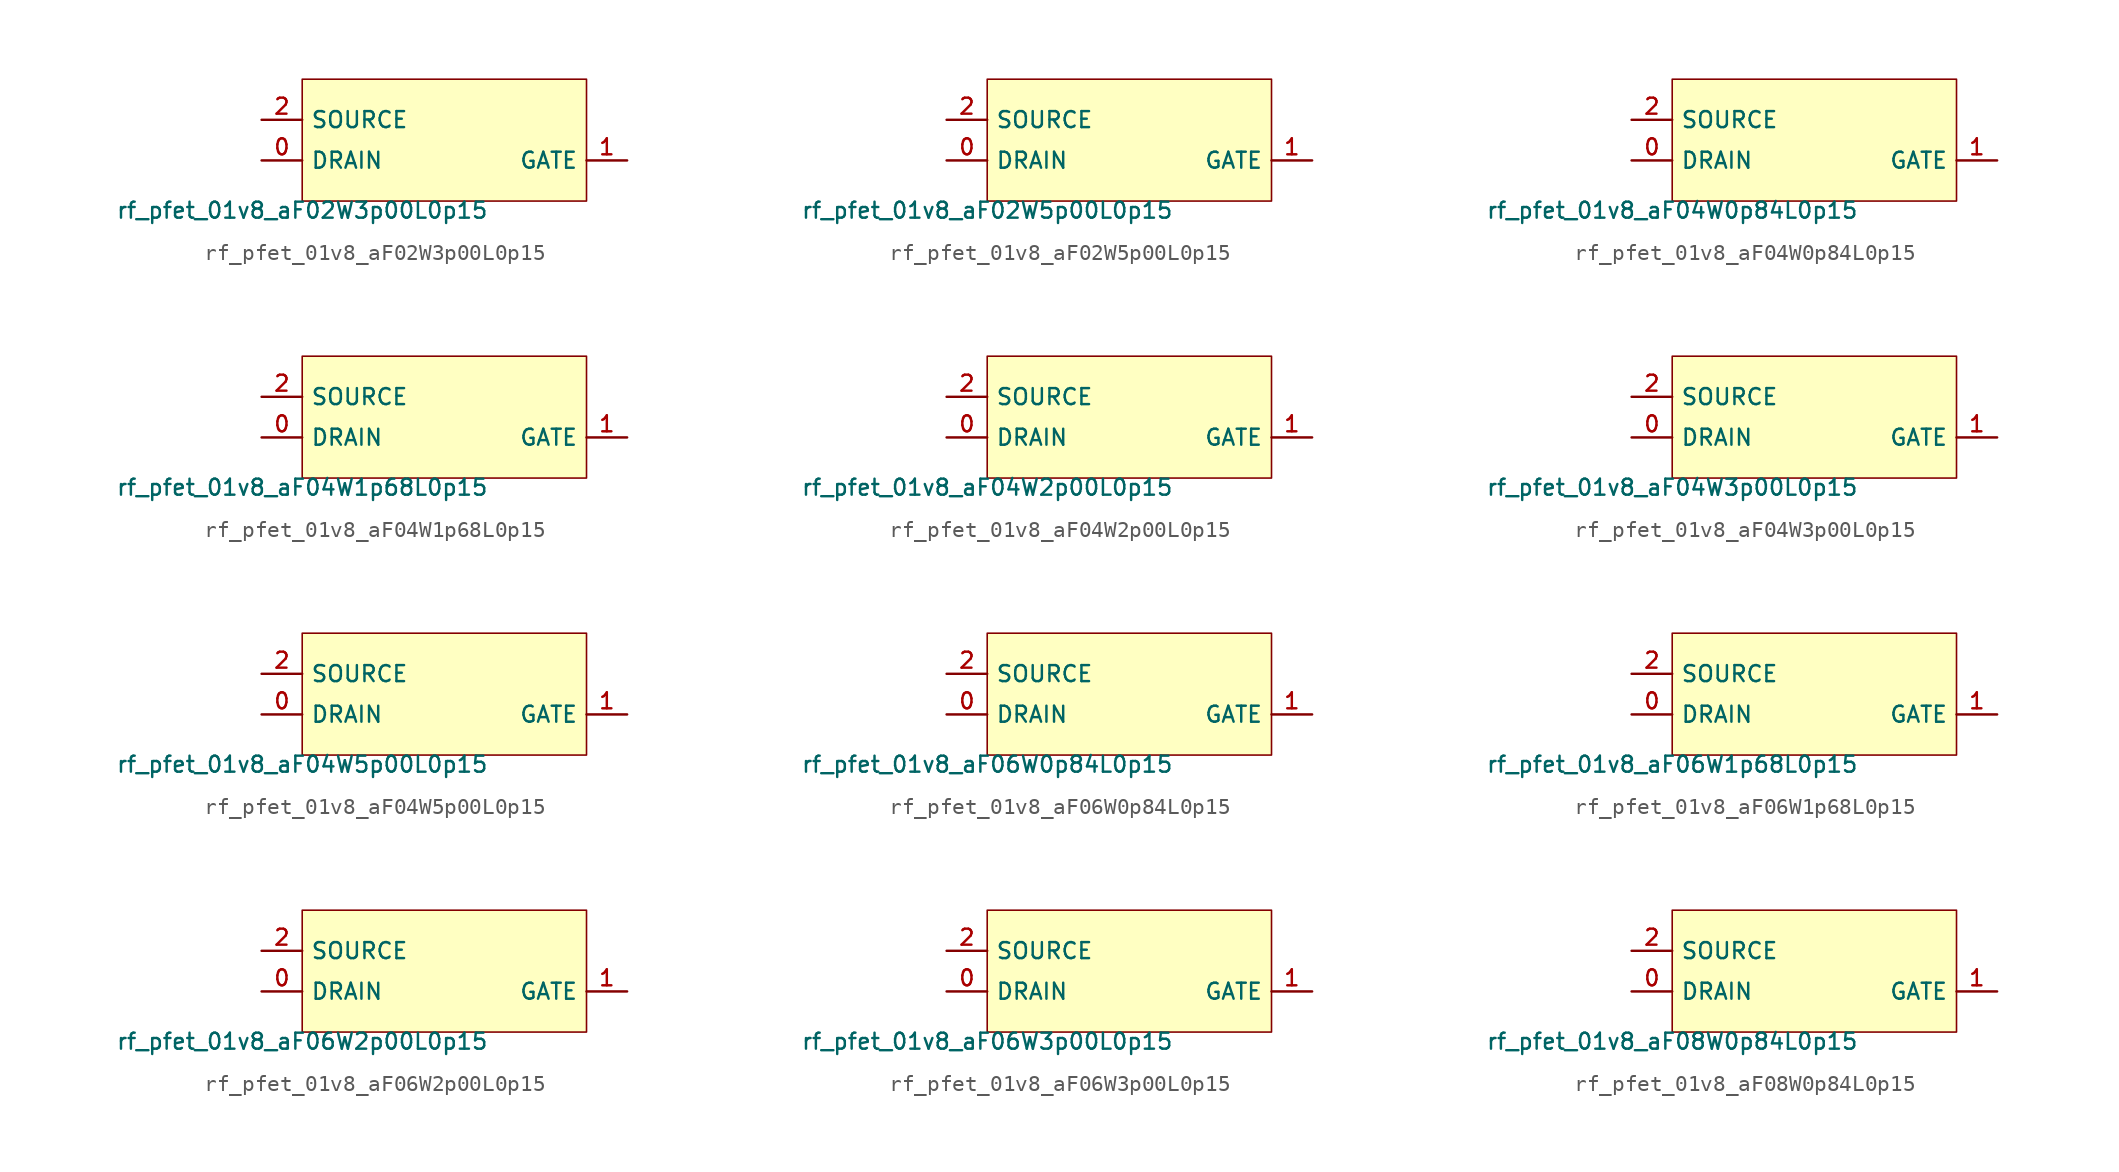
<source format=kicad_sym>
(kicad_symbol_lib
  (version 20211014)
  (generator pdk2kicad)
  (symbol "rf_pfet_01v8_aF02W3p00L0p15"
    (property "Reference" "X"
      (at 0 0 0)
      (effects (font (size 1 1)) hide))
    (property "Value" "rf_pfet_01v8_aF02W3p00L0p15"
      (at -8.89 -3.81 0)
      (effects (font (size 1 1)) (justify top)))
    (rectangle
      (start -8.89 -3.81)
      (end 8.89 3.81)
      (stroke (width 0.1) (type solid) (color 0 0 0 0))
      (fill (type background)))
    (pin bidirectional line
      (at -11.43 -1.27 0)
      (length 2.54)
      (name "DRAIN" (effects (font (size 1 1)) hide))
      (number "0" (effects (font (size 1 1)) hide)))
    (pin bidirectional line
      (at 11.43 -1.27 180)
      (length 2.54)
      (name "GATE" (effects (font (size 1 1)) hide))
      (number "1" (effects (font (size 1 1)) hide)))
    (pin bidirectional line
      (at -11.43 1.27 0)
      (length 2.54)
      (name "SOURCE" (effects (font (size 1 1)) hide))
      (number "2" (effects (font (size 1 1)) hide))))
  (symbol "rf_pfet_01v8_aF02W5p00L0p15"
    (property "Reference" "X"
      (at 0 0 0)
      (effects (font (size 1 1)) hide))
    (property "Value" "rf_pfet_01v8_aF02W5p00L0p15"
      (at -8.89 -3.81 0)
      (effects (font (size 1 1)) (justify top)))
    (rectangle
      (start -8.89 -3.81)
      (end 8.89 3.81)
      (stroke (width 0.1) (type solid) (color 0 0 0 0))
      (fill (type background)))
    (pin bidirectional line
      (at -11.43 -1.27 0)
      (length 2.54)
      (name "DRAIN" (effects (font (size 1 1)) hide))
      (number "0" (effects (font (size 1 1)) hide)))
    (pin bidirectional line
      (at 11.43 -1.27 180)
      (length 2.54)
      (name "GATE" (effects (font (size 1 1)) hide))
      (number "1" (effects (font (size 1 1)) hide)))
    (pin bidirectional line
      (at -11.43 1.27 0)
      (length 2.54)
      (name "SOURCE" (effects (font (size 1 1)) hide))
      (number "2" (effects (font (size 1 1)) hide))))
  (symbol "rf_pfet_01v8_aF04W0p84L0p15"
    (property "Reference" "X"
      (at 0 0 0)
      (effects (font (size 1 1)) hide))
    (property "Value" "rf_pfet_01v8_aF04W0p84L0p15"
      (at -8.89 -3.81 0)
      (effects (font (size 1 1)) (justify top)))
    (rectangle
      (start -8.89 -3.81)
      (end 8.89 3.81)
      (stroke (width 0.1) (type solid) (color 0 0 0 0))
      (fill (type background)))
    (pin bidirectional line
      (at -11.43 -1.27 0)
      (length 2.54)
      (name "DRAIN" (effects (font (size 1 1)) hide))
      (number "0" (effects (font (size 1 1)) hide)))
    (pin bidirectional line
      (at 11.43 -1.27 180)
      (length 2.54)
      (name "GATE" (effects (font (size 1 1)) hide))
      (number "1" (effects (font (size 1 1)) hide)))
    (pin bidirectional line
      (at -11.43 1.27 0)
      (length 2.54)
      (name "SOURCE" (effects (font (size 1 1)) hide))
      (number "2" (effects (font (size 1 1)) hide))))
  (symbol "rf_pfet_01v8_aF04W1p68L0p15"
    (property "Reference" "X"
      (at 0 0 0)
      (effects (font (size 1 1)) hide))
    (property "Value" "rf_pfet_01v8_aF04W1p68L0p15"
      (at -8.89 -3.81 0)
      (effects (font (size 1 1)) (justify top)))
    (rectangle
      (start -8.89 -3.81)
      (end 8.89 3.81)
      (stroke (width 0.1) (type solid) (color 0 0 0 0))
      (fill (type background)))
    (pin bidirectional line
      (at -11.43 -1.27 0)
      (length 2.54)
      (name "DRAIN" (effects (font (size 1 1)) hide))
      (number "0" (effects (font (size 1 1)) hide)))
    (pin bidirectional line
      (at 11.43 -1.27 180)
      (length 2.54)
      (name "GATE" (effects (font (size 1 1)) hide))
      (number "1" (effects (font (size 1 1)) hide)))
    (pin bidirectional line
      (at -11.43 1.27 0)
      (length 2.54)
      (name "SOURCE" (effects (font (size 1 1)) hide))
      (number "2" (effects (font (size 1 1)) hide))))
  (symbol "rf_pfet_01v8_aF04W2p00L0p15"
    (property "Reference" "X"
      (at 0 0 0)
      (effects (font (size 1 1)) hide))
    (property "Value" "rf_pfet_01v8_aF04W2p00L0p15"
      (at -8.89 -3.81 0)
      (effects (font (size 1 1)) (justify top)))
    (rectangle
      (start -8.89 -3.81)
      (end 8.89 3.81)
      (stroke (width 0.1) (type solid) (color 0 0 0 0))
      (fill (type background)))
    (pin bidirectional line
      (at -11.43 -1.27 0)
      (length 2.54)
      (name "DRAIN" (effects (font (size 1 1)) hide))
      (number "0" (effects (font (size 1 1)) hide)))
    (pin bidirectional line
      (at 11.43 -1.27 180)
      (length 2.54)
      (name "GATE" (effects (font (size 1 1)) hide))
      (number "1" (effects (font (size 1 1)) hide)))
    (pin bidirectional line
      (at -11.43 1.27 0)
      (length 2.54)
      (name "SOURCE" (effects (font (size 1 1)) hide))
      (number "2" (effects (font (size 1 1)) hide))))
  (symbol "rf_pfet_01v8_aF04W3p00L0p15"
    (property "Reference" "X"
      (at 0 0 0)
      (effects (font (size 1 1)) hide))
    (property "Value" "rf_pfet_01v8_aF04W3p00L0p15"
      (at -8.89 -3.81 0)
      (effects (font (size 1 1)) (justify top)))
    (rectangle
      (start -8.89 -3.81)
      (end 8.89 3.81)
      (stroke (width 0.1) (type solid) (color 0 0 0 0))
      (fill (type background)))
    (pin bidirectional line
      (at -11.43 -1.27 0)
      (length 2.54)
      (name "DRAIN" (effects (font (size 1 1)) hide))
      (number "0" (effects (font (size 1 1)) hide)))
    (pin bidirectional line
      (at 11.43 -1.27 180)
      (length 2.54)
      (name "GATE" (effects (font (size 1 1)) hide))
      (number "1" (effects (font (size 1 1)) hide)))
    (pin bidirectional line
      (at -11.43 1.27 0)
      (length 2.54)
      (name "SOURCE" (effects (font (size 1 1)) hide))
      (number "2" (effects (font (size 1 1)) hide))))
  (symbol "rf_pfet_01v8_aF04W5p00L0p15"
    (property "Reference" "X"
      (at 0 0 0)
      (effects (font (size 1 1)) hide))
    (property "Value" "rf_pfet_01v8_aF04W5p00L0p15"
      (at -8.89 -3.81 0)
      (effects (font (size 1 1)) (justify top)))
    (rectangle
      (start -8.89 -3.81)
      (end 8.89 3.81)
      (stroke (width 0.1) (type solid) (color 0 0 0 0))
      (fill (type background)))
    (pin bidirectional line
      (at -11.43 -1.27 0)
      (length 2.54)
      (name "DRAIN" (effects (font (size 1 1)) hide))
      (number "0" (effects (font (size 1 1)) hide)))
    (pin bidirectional line
      (at 11.43 -1.27 180)
      (length 2.54)
      (name "GATE" (effects (font (size 1 1)) hide))
      (number "1" (effects (font (size 1 1)) hide)))
    (pin bidirectional line
      (at -11.43 1.27 0)
      (length 2.54)
      (name "SOURCE" (effects (font (size 1 1)) hide))
      (number "2" (effects (font (size 1 1)) hide))))
  (symbol "rf_pfet_01v8_aF06W0p84L0p15"
    (property "Reference" "X"
      (at 0 0 0)
      (effects (font (size 1 1)) hide))
    (property "Value" "rf_pfet_01v8_aF06W0p84L0p15"
      (at -8.89 -3.81 0)
      (effects (font (size 1 1)) (justify top)))
    (rectangle
      (start -8.89 -3.81)
      (end 8.89 3.81)
      (stroke (width 0.1) (type solid) (color 0 0 0 0))
      (fill (type background)))
    (pin bidirectional line
      (at -11.43 -1.27 0)
      (length 2.54)
      (name "DRAIN" (effects (font (size 1 1)) hide))
      (number "0" (effects (font (size 1 1)) hide)))
    (pin bidirectional line
      (at 11.43 -1.27 180)
      (length 2.54)
      (name "GATE" (effects (font (size 1 1)) hide))
      (number "1" (effects (font (size 1 1)) hide)))
    (pin bidirectional line
      (at -11.43 1.27 0)
      (length 2.54)
      (name "SOURCE" (effects (font (size 1 1)) hide))
      (number "2" (effects (font (size 1 1)) hide))))
  (symbol "rf_pfet_01v8_aF06W1p68L0p15"
    (property "Reference" "X"
      (at 0 0 0)
      (effects (font (size 1 1)) hide))
    (property "Value" "rf_pfet_01v8_aF06W1p68L0p15"
      (at -8.89 -3.81 0)
      (effects (font (size 1 1)) (justify top)))
    (rectangle
      (start -8.89 -3.81)
      (end 8.89 3.81)
      (stroke (width 0.1) (type solid) (color 0 0 0 0))
      (fill (type background)))
    (pin bidirectional line
      (at -11.43 -1.27 0)
      (length 2.54)
      (name "DRAIN" (effects (font (size 1 1)) hide))
      (number "0" (effects (font (size 1 1)) hide)))
    (pin bidirectional line
      (at 11.43 -1.27 180)
      (length 2.54)
      (name "GATE" (effects (font (size 1 1)) hide))
      (number "1" (effects (font (size 1 1)) hide)))
    (pin bidirectional line
      (at -11.43 1.27 0)
      (length 2.54)
      (name "SOURCE" (effects (font (size 1 1)) hide))
      (number "2" (effects (font (size 1 1)) hide))))
  (symbol "rf_pfet_01v8_aF06W2p00L0p15"
    (property "Reference" "X"
      (at 0 0 0)
      (effects (font (size 1 1)) hide))
    (property "Value" "rf_pfet_01v8_aF06W2p00L0p15"
      (at -8.89 -3.81 0)
      (effects (font (size 1 1)) (justify top)))
    (rectangle
      (start -8.89 -3.81)
      (end 8.89 3.81)
      (stroke (width 0.1) (type solid) (color 0 0 0 0))
      (fill (type background)))
    (pin bidirectional line
      (at -11.43 -1.27 0)
      (length 2.54)
      (name "DRAIN" (effects (font (size 1 1)) hide))
      (number "0" (effects (font (size 1 1)) hide)))
    (pin bidirectional line
      (at 11.43 -1.27 180)
      (length 2.54)
      (name "GATE" (effects (font (size 1 1)) hide))
      (number "1" (effects (font (size 1 1)) hide)))
    (pin bidirectional line
      (at -11.43 1.27 0)
      (length 2.54)
      (name "SOURCE" (effects (font (size 1 1)) hide))
      (number "2" (effects (font (size 1 1)) hide))))
  (symbol "rf_pfet_01v8_aF06W3p00L0p15"
    (property "Reference" "X"
      (at 0 0 0)
      (effects (font (size 1 1)) hide))
    (property "Value" "rf_pfet_01v8_aF06W3p00L0p15"
      (at -8.89 -3.81 0)
      (effects (font (size 1 1)) (justify top)))
    (rectangle
      (start -8.89 -3.81)
      (end 8.89 3.81)
      (stroke (width 0.1) (type solid) (color 0 0 0 0))
      (fill (type background)))
    (pin bidirectional line
      (at -11.43 -1.27 0)
      (length 2.54)
      (name "DRAIN" (effects (font (size 1 1)) hide))
      (number "0" (effects (font (size 1 1)) hide)))
    (pin bidirectional line
      (at 11.43 -1.27 180)
      (length 2.54)
      (name "GATE" (effects (font (size 1 1)) hide))
      (number "1" (effects (font (size 1 1)) hide)))
    (pin bidirectional line
      (at -11.43 1.27 0)
      (length 2.54)
      (name "SOURCE" (effects (font (size 1 1)) hide))
      (number "2" (effects (font (size 1 1)) hide))))
  (symbol "rf_pfet_01v8_aF08W0p84L0p15"
    (property "Reference" "X"
      (at 0 0 0)
      (effects (font (size 1 1)) hide))
    (property "Value" "rf_pfet_01v8_aF08W0p84L0p15"
      (at -8.89 -3.81 0)
      (effects (font (size 1 1)) (justify top)))
    (rectangle
      (start -8.89 -3.81)
      (end 8.89 3.81)
      (stroke (width 0.1) (type solid) (color 0 0 0 0))
      (fill (type background)))
    (pin bidirectional line
      (at -11.43 -1.27 0)
      (length 2.54)
      (name "DRAIN" (effects (font (size 1 1)) hide))
      (number "0" (effects (font (size 1 1)) hide)))
    (pin bidirectional line
      (at 11.43 -1.27 180)
      (length 2.54)
      (name "GATE" (effects (font (size 1 1)) hide))
      (number "1" (effects (font (size 1 1)) hide)))
    (pin bidirectional line
      (at -11.43 1.27 0)
      (length 2.54)
      (name "SOURCE" (effects (font (size 1 1)) hide))
      (number "2" (effects (font (size 1 1)) hide)))))
</source>
